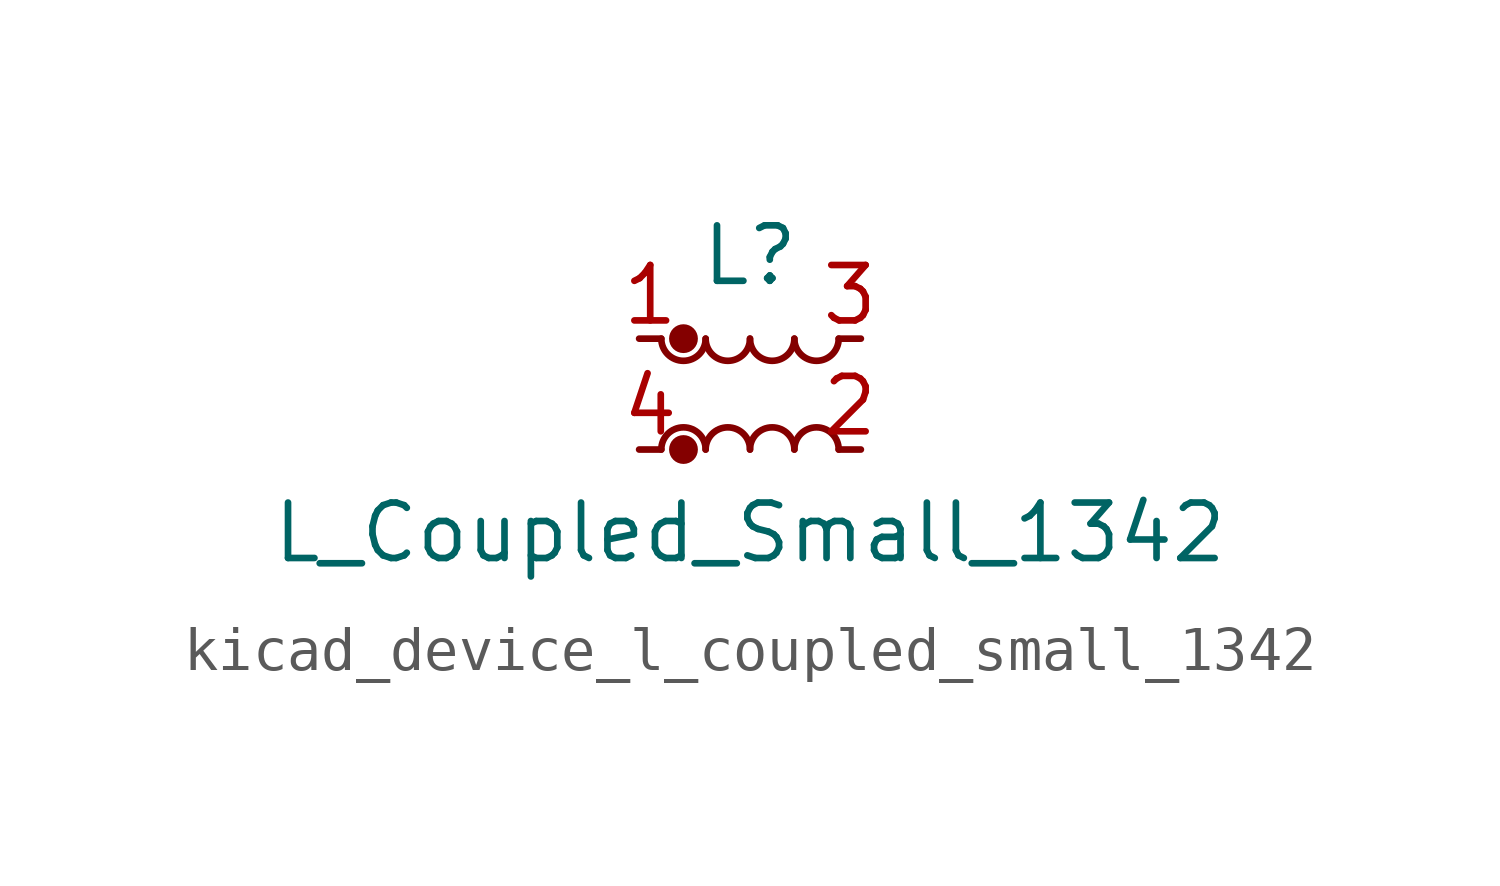
<source format=kicad_sym>
(kicad_symbol_lib
  (version 20220914)
  (generator kicad_symbol_editor)
  (symbol "kicad_device_l_coupled_small_1342"
    (pin_names
      (offset 0.254) hide)
    (property "Reference" "L"
      (at 0 3.175 0)
      (effects (font (size 1.27 1.27))))
    (property "Value" "L_Coupled_Small_1342"
      (at 0 -3.175 0)
      (effects (font (size 1.27 1.27))))
    (symbol "kicad_device_l_coupled_small_1342_0_1"
      (arc (start -2.032 1.27) (mid -1.524 0.7642) (end -1.016 1.27) (stroke (width 0) (type default)) (fill (type none)))
      (circle (center -1.524 -1.27) (radius 0.254) (stroke (width 0) (type default)) (fill (type outline)))
      (circle (center -1.524 1.27) (radius 0.254) (stroke (width 0) (type default)) (fill (type outline)))
      (arc (start -1.016 -1.27) (mid -1.524 -0.7642) (end -2.032 -1.27) (stroke (width 0) (type default)) (fill (type none)))
      (arc (start -1.016 1.27) (mid -0.508 0.7642) (end 0 1.27) (stroke (width 0) (type default)) (fill (type none)))
      (arc (start 0 -1.27) (mid -0.508 -0.7642) (end -1.016 -1.27) (stroke (width 0) (type default)) (fill (type none)))
      (arc (start 0 1.27) (mid 0.508 0.7642) (end 1.016 1.27) (stroke (width 0) (type default)) (fill (type none)))
      (arc (start 1.016 -1.27) (mid 0.508 -0.7642) (end 0 -1.27) (stroke (width 0) (type default)) (fill (type none)))
      (arc (start 1.016 1.27) (mid 1.524 0.7642) (end 2.032 1.27) (stroke (width 0) (type default)) (fill (type none)))
      (arc (start 2.032 -1.27) (mid 1.524 -0.7642) (end 1.016 -1.27) (stroke (width 0) (type default)) (fill (type none))))
    (symbol "kicad_device_l_coupled_small_1342_1_1"
      (pin passive line (at -2.54 1.27 0) (length 0.508) (name "1" (effects (font (size 1.27 1.27)))) (number "1" (effects (font (size 1.27 1.27)))))
      (pin passive line (at 2.54 -1.27 180) (length 0.508) (name "2" (effects (font (size 1.27 1.27)))) (number "2" (effects (font (size 1.27 1.27)))))
      (pin passive line (at 2.54 1.27 180) (length 0.508) (name "3" (effects (font (size 1.27 1.27)))) (number "3" (effects (font (size 1.27 1.27)))))
      (pin passive line (at -2.54 -1.27 0) (length 0.508) (name "4" (effects (font (size 1.27 1.27)))) (number "4" (effects (font (size 1.27 1.27))))))))
</source>
